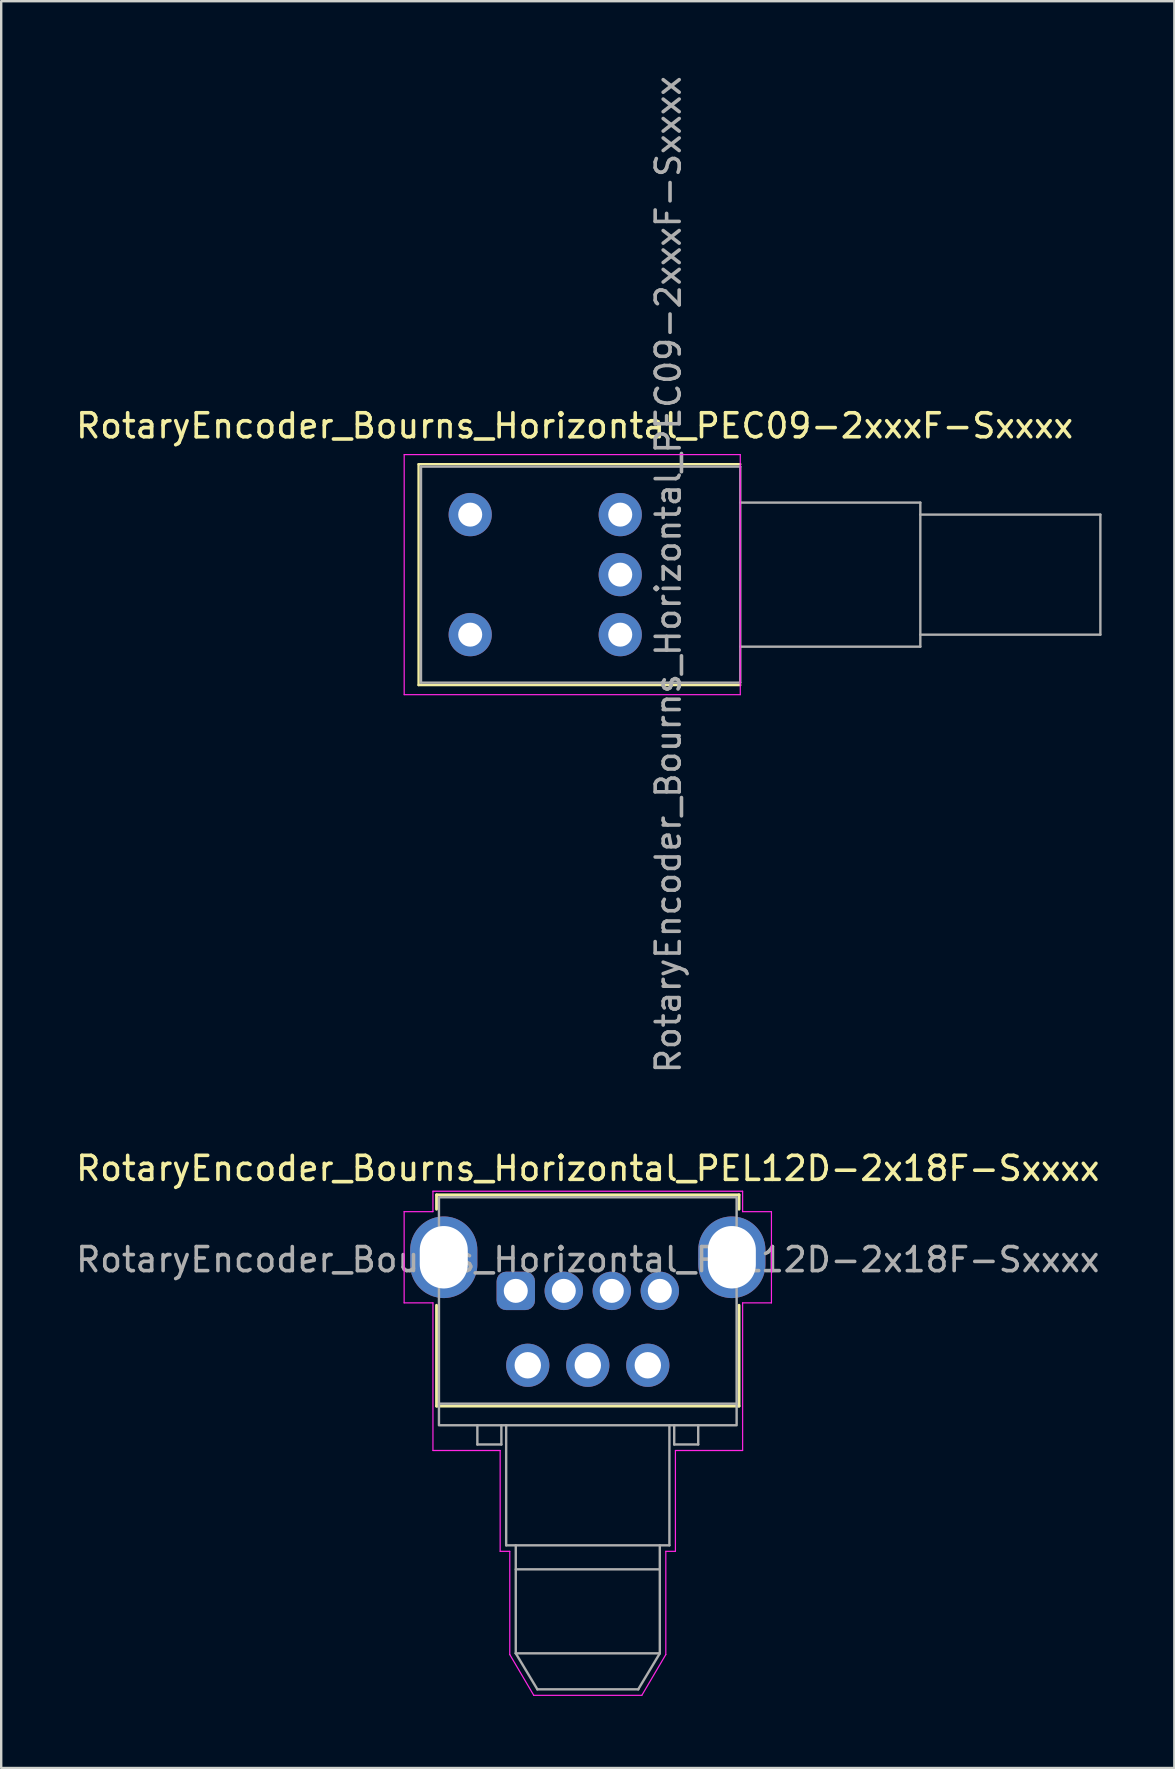
<source format=kicad_pcb>
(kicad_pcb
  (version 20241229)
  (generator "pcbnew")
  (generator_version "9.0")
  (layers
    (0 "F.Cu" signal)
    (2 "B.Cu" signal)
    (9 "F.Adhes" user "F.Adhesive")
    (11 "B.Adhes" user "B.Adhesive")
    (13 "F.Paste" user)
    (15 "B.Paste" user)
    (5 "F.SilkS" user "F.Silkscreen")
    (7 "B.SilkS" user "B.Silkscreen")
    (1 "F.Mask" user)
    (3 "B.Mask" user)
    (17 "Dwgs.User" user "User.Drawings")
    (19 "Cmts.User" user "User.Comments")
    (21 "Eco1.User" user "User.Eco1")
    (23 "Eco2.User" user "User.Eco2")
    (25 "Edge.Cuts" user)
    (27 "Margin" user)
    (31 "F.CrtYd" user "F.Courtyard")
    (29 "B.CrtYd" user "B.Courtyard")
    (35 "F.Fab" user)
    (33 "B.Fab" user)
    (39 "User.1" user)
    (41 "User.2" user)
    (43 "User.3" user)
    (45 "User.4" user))
  (footprint "RotaryEncoder_Bourns_Horizontal_PEL12D-2x18F-Sxxxx"
    (layer "F.Cu")
    (at 18.435 50.722)
    (property "Reference" "RotaryEncoder_Bourns_Horizontal_PEL12D-2x18F-Sxxxx" (at 3 -5.1 0) (layer "F.SilkS") (effects (font (size 1 1) (thickness 0.15))))
    (attr through_hole)
    (fp_line (start -3.3 -4) (end -3.3 -3.4) (stroke (width 0.12) (type default)) (layer "F.SilkS"))
    (fp_line (start -3.3 0.6) (end -3.3 4.8) (stroke (width 0.12) (type default)) (layer "F.SilkS"))
    (fp_line (start -3.3 4.8) (end 9.3 4.8) (stroke (width 0.12) (type default)) (layer "F.SilkS"))
    (fp_line (start 9.3 -4) (end -3.3 -4) (stroke (width 0.12) (type default)) (layer "F.SilkS"))
    (fp_line (start 9.3 -3.4) (end 9.3 -4) (stroke (width 0.12) (type default)) (layer "F.SilkS"))
    (fp_line (start 9.3 4.8) (end 9.3 0.6) (stroke (width 0.12) (type default)) (layer "F.SilkS"))
    (fp_line (start -4.65 -3.3) (end -4.65 0.5) (stroke (width 0.05) (type default)) (layer "F.CrtYd"))
    (fp_line (start -4.65 0.5) (end -3.45 0.5) (stroke (width 0.05) (type default)) (layer "F.CrtYd"))
    (fp_line (start -3.45 -4.15) (end -3.45 -3.3) (stroke (width 0.05) (type default)) (layer "F.CrtYd"))
    (fp_line (start -3.45 -3.3) (end -4.65 -3.3) (stroke (width 0.05) (type default)) (layer "F.CrtYd"))
    (fp_line (start -3.45 0.5) (end -3.45 6.65) (stroke (width 0.05) (type default)) (layer "F.CrtYd"))
    (fp_line (start -0.65 6.65) (end -3.45 6.65) (stroke (width 0.05) (type default)) (layer "F.CrtYd"))
    (fp_line (start -0.65 10.85) (end -0.65 6.65) (stroke (width 0.05) (type default)) (layer "F.CrtYd"))
    (fp_line (start -0.65 10.85) (end -0.25 10.85) (stroke (width 0.05) (type default)) (layer "F.CrtYd"))
    (fp_line (start -0.25 10.85) (end -0.25 15.15) (stroke (width 0.05) (type default)) (layer "F.CrtYd"))
    (fp_line (start -0.25 15.15) (end 0.75 16.85) (stroke (width 0.05) (type default)) (layer "F.CrtYd"))
    (fp_line (start 0.75 16.85) (end 5.25 16.85) (stroke (width 0.05) (type default)) (layer "F.CrtYd"))
    (fp_line (start 6.25 10.85) (end 6.65 10.85) (stroke (width 0.05) (type default)) (layer "F.CrtYd"))
    (fp_line (start 6.25 15.15) (end 5.25 16.85) (stroke (width 0.05) (type default)) (layer "F.CrtYd"))
    (fp_line (start 6.25 15.15) (end 6.25 10.85) (stroke (width 0.05) (type default)) (layer "F.CrtYd"))
    (fp_line (start 6.65 6.65) (end 9.45 6.65) (stroke (width 0.05) (type default)) (layer "F.CrtYd"))
    (fp_line (start 6.65 10.85) (end 6.65 6.65) (stroke (width 0.05) (type default)) (layer "F.CrtYd"))
    (fp_line (start 9.45 -4.15) (end -3.45 -4.15) (stroke (width 0.05) (type default)) (layer "F.CrtYd"))
    (fp_line (start 9.45 -3.3) (end 9.45 -4.15) (stroke (width 0.05) (type default)) (layer "F.CrtYd"))
    (fp_line (start 9.45 0.5) (end 10.65 0.5) (stroke (width 0.05) (type default)) (layer "F.CrtYd"))
    (fp_line (start 9.45 6.65) (end 9.45 0.5) (stroke (width 0.05) (type default)) (layer "F.CrtYd"))
    (fp_line (start 10.65 -3.3) (end 9.45 -3.3) (stroke (width 0.05) (type default)) (layer "F.CrtYd"))
    (fp_line (start 10.65 0.5) (end 10.65 -3.3) (stroke (width 0.05) (type default)) (layer "F.CrtYd"))
    (fp_line (start -1.6 5.6) (end -1.6 6.4) (stroke (width 0.1) (type default)) (layer "F.Fab"))
    (fp_line (start -1.6 6.4) (end -0.6 6.4) (stroke (width 0.1) (type default)) (layer "F.Fab"))
    (fp_line (start -0.6 6.4) (end -0.6 5.6) (stroke (width 0.1) (type default)) (layer "F.Fab"))
    (fp_line (start -0.4 10.6) (end -0.4 5.6) (stroke (width 0.1) (type default)) (layer "F.Fab"))
    (fp_line (start 0 15.1) (end 0 10.6) (stroke (width 0.1) (type default)) (layer "F.Fab"))
    (fp_line (start 0 15.1) (end 0.9 16.6) (stroke (width 0.1) (type default)) (layer "F.Fab"))
    (fp_line (start 0.9 16.6) (end 5.1 16.6) (stroke (width 0.1) (type default)) (layer "F.Fab"))
    (fp_line (start 6 10.6) (end 6 15.1) (stroke (width 0.1) (type default)) (layer "F.Fab"))
    (fp_line (start 6 11.6) (end 0 11.6) (stroke (width 0.1) (type default)) (layer "F.Fab"))
    (fp_line (start 6 15.1) (end 0 15.1) (stroke (width 0.1) (type default)) (layer "F.Fab"))
    (fp_line (start 6 15.1) (end 5.1 16.6) (stroke (width 0.1) (type default)) (layer "F.Fab"))
    (fp_line (start 6.4 5.6) (end 6.4 10.6) (stroke (width 0.1) (type default)) (layer "F.Fab"))
    (fp_line (start 6.4 10.6) (end -0.4 10.6) (stroke (width 0.1) (type default)) (layer "F.Fab"))
    (fp_line (start 6.6 6.4) (end 6.6 5.6) (stroke (width 0.1) (type default)) (layer "F.Fab"))
    (fp_line (start 7.6 5.6) (end 7.6 6.4) (stroke (width 0.1) (type default)) (layer "F.Fab"))
    (fp_line (start 7.6 6.4) (end 6.6 6.4) (stroke (width 0.1) (type default)) (layer "F.Fab"))
    (fp_line (start 9.2 4.7) (end -3.2 4.7) (stroke (width 0.1) (type default)) (layer "F.Fab"))
    (fp_rect (start -3.2 -3.9) (end 9.2 5.6) (stroke (width 0.1) (type default)) (fill no) (layer "F.Fab"))
    (fp_text user "${REFERENCE}" (at 3 -1.3 0) (layer "F.Fab") (effects (font (size 1 1) (thickness 0.15))))
    (pad "1" thru_hole roundrect (at 0 0 270) (size 1.6 1.6) (drill 1) (layers "*.Cu" "*.Mask") (roundrect_rratio 0.25))
    (pad "2" thru_hole circle (at 2 0 270) (size 1.6 1.6) (drill 1) (layers "*.Cu" "*.Mask"))
    (pad "3" thru_hole circle (at 4 0 270) (size 1.6 1.6) (drill 1) (layers "*.Cu" "*.Mask"))
    (pad "4" thru_hole circle (at 6 0 270) (size 1.6 1.6) (drill 1) (layers "*.Cu" "*.Mask"))
    (pad "A" thru_hole circle (at 0.5 3.1 270) (size 1.8 1.8) (drill 1.1) (layers "*.Cu" "*.Mask"))
    (pad "B" thru_hole circle (at 3 3.1 270) (size 1.8 1.8) (drill 1.1) (layers "*.Cu" "*.Mask"))
    (pad "C" thru_hole circle (at 5.5 3.1 270) (size 1.8 1.8) (drill 1.1) (layers "*.Cu" "*.Mask"))
    (pad "SH" thru_hole oval (at -3 -1.4 270) (size 3.4 2.8) (drill oval 2.6 2) (layers "*.Cu" "*.Mask"))
    (pad "SH" thru_hole oval (at 9 -1.4 270) (size 3.4 2.8) (drill oval 2.6 2) (layers "*.Cu" "*.Mask"))
    (zone (net_name "") (layer "F.Cu") (hatch edge 0.5) (connect_pads) (min_thickness 0.25) (filled_areas_thickness no) (keepout (tracks not_allowed) (vias not_allowed) (pads not_allowed) (copperpour allowed) (footprints allowed)) (placement (enabled no)) (fill) (polygon (pts (xy 15.735 47.522) (xy 15.735 46.622) (xy 15.035 46.622) (xy 15.035 47.522))))
    (zone (net_name "") (layer "F.Cu") (hatch edge 0.5) (connect_pads) (min_thickness 0.25) (filled_areas_thickness no) (keepout (tracks not_allowed) (vias not_allowed) (pads not_allowed) (copperpour allowed) (footprints allowed)) (placement (enabled no)) (fill) (polygon (pts (xy 27.835 47.522) (xy 27.835 46.622) (xy 27.135 46.622) (xy 27.135 47.522))))
    (zone (net_name "") (layers "F.Cu" "F.Fab") (hatch edge 0.5) (connect_pads) (min_thickness 0.25) (filled_areas_thickness no) (keepout (tracks not_allowed) (vias not_allowed) (pads not_allowed) (copperpour allowed) (footprints allowed)) (placement (enabled no)) (fill) (polygon (pts (xy 15.735 55.622) (xy 15.735 54.322) (xy 14.985 54.322) (xy 14.985 55.622))))
    (zone (net_name "") (layers "F.Cu" "F.Fab") (hatch edge 0.5) (connect_pads) (min_thickness 0.25) (filled_areas_thickness no) (keepout (tracks not_allowed) (vias not_allowed) (pads not_allowed) (copperpour allowed) (footprints allowed)) (placement (enabled no)) (fill) (polygon (pts (xy 27.885 55.622) (xy 27.885 54.322) (xy 27.135 54.322) (xy 27.135 55.622)))))
  (footprint "RotaryEncoder_Bourns_Horizontal_PEC09-2xxxF-Sxxxx"
    (layer "F.Cu")
    (at 22.787 23.387)
    (property "Reference" "RotaryEncoder_Bourns_Horizontal_PEC09-2xxxF-Sxxxx" (at -1.9 -8.7 0) (layer "F.SilkS") (effects (font (size 1 1) (thickness 0.15))))
    (attr through_hole)
    (fp_line (start -8.4 -7.1) (end -8.4 2.1) (stroke (width 0.1) (type solid)) (layer "F.SilkS"))
    (fp_line (start -8.4 2.1) (end 5 2.1) (stroke (width 0.1) (type solid)) (layer "F.SilkS"))
    (fp_line (start 5 -7.1) (end -8.4 -7.1) (stroke (width 0.1) (type solid)) (layer "F.SilkS"))
    (fp_line (start -9 -7.5) (end 5 -7.5) (stroke (width 0.05) (type solid)) (layer "F.CrtYd"))
    (fp_line (start -9 2.5) (end -9 -7.5) (stroke (width 0.05) (type solid)) (layer "F.CrtYd"))
    (fp_line (start 5 -7.5) (end 5 2.5) (stroke (width 0.05) (type solid)) (layer "F.CrtYd"))
    (fp_line (start 5 2.5) (end -9 2.5) (stroke (width 0.05) (type solid)) (layer "F.CrtYd"))
    (fp_line (start -8.3 -7) (end -8.3 2) (stroke (width 0.1) (type solid)) (layer "F.Fab"))
    (fp_line (start 5 -7) (end -8.3 -7) (stroke (width 0.1) (type solid)) (layer "F.Fab"))
    (fp_line (start 5 -7) (end 5 2) (stroke (width 0.1) (type solid)) (layer "F.Fab"))
    (fp_line (start 5 -5.5) (end 12.5 -5.5) (stroke (width 0.1) (type solid)) (layer "F.Fab"))
    (fp_line (start 5 2) (end -8.3 2) (stroke (width 0.1) (type solid)) (layer "F.Fab"))
    (fp_line (start 12.5 -5.5) (end 12.5 0.5) (stroke (width 0.1) (type solid)) (layer "F.Fab"))
    (fp_line (start 12.5 -5) (end 20 -5) (stroke (width 0.1) (type solid)) (layer "F.Fab"))
    (fp_line (start 12.5 0.5) (end 5 0.5) (stroke (width 0.1) (type solid)) (layer "F.Fab"))
    (fp_line (start 20 -5) (end 20 0) (stroke (width 0.1) (type solid)) (layer "F.Fab"))
    (fp_line (start 20 0) (end 12.5 0) (stroke (width 0.1) (type solid)) (layer "F.Fab"))
    (fp_text user "${REFERENCE}" (at 2 -2.5 90) (layer "F.Fab") (effects (font (size 1 1) (thickness 0.15))))
    (pad "A" thru_hole circle (at 0 0) (size 1.8 1.8) (drill 1) (layers "*.Cu" "*.Mask"))
    (pad "B" thru_hole circle (at 0 -5) (size 1.8 1.8) (drill 1) (layers "*.Cu" "*.Mask"))
    (pad "C" thru_hole circle (at 0 -2.5) (size 1.8 1.8) (drill 1) (layers "*.Cu" "*.Mask"))
    (pad "S1" thru_hole circle (at -6.25 0) (size 1.8 1.8) (drill 1) (layers "*.Cu" "*.Mask"))
    (pad "S2" thru_hole circle (at -6.25 -5) (size 1.8 1.8) (drill 1) (layers "*.Cu" "*.Mask")))
  (gr_rect
    (start -3 -3)
    (end 45.869 70.597)
    (stroke (width 0.1) (type default))
    (fill no)
    (layer "Edge.Cuts")))
</source>
